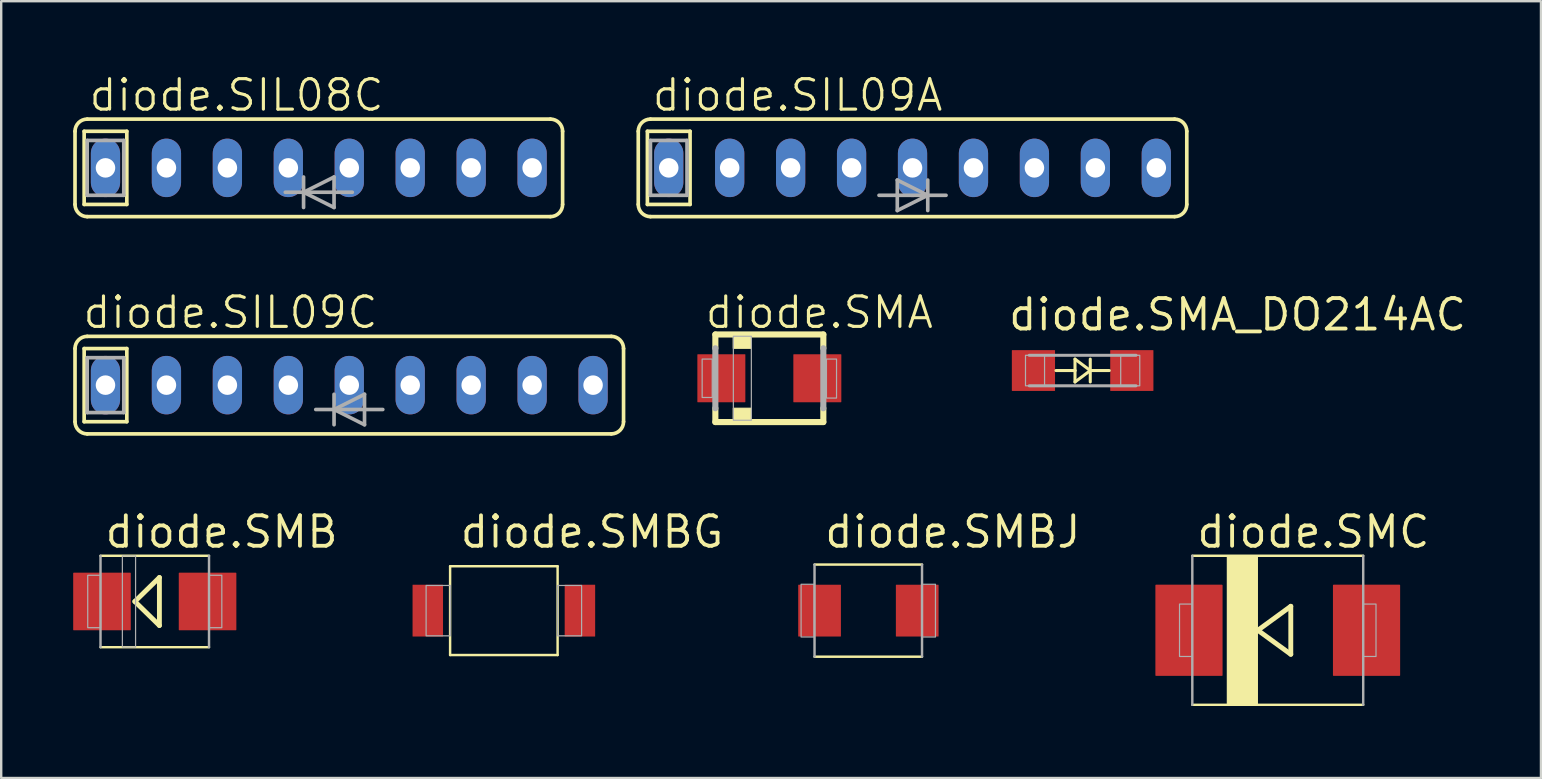
<source format=kicad_pcb>
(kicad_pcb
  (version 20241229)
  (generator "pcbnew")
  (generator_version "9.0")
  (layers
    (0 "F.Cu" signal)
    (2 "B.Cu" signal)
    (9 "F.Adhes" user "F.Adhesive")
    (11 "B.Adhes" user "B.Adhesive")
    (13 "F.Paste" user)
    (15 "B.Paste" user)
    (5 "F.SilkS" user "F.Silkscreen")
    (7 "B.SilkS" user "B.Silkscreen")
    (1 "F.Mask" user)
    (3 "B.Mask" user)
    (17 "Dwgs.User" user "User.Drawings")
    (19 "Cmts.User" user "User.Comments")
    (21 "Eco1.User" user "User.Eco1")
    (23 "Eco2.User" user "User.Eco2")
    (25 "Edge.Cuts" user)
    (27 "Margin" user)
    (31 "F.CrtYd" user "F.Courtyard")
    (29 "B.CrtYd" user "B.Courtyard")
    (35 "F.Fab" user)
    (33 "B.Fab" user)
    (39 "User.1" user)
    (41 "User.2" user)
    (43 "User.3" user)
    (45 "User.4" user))
  (footprint "diode.SMB"
    (layer "F.Cu")
    (at 3.4 22.017)
    (property "Reference" "diode.SMB" (at -2.159 -2.159 0) (layer "F.SilkS") (effects (font (size 1.27 1.27) (thickness 0.16)) (justify left bottom)))
    (attr smd)
    (fp_line (start -2.261 -1.905) (end 2.261 -1.905) (stroke (width 0.102) (type default)) (layer "F.SilkS"))
    (fp_line (start -2.261 1.905) (end 2.261 1.905) (stroke (width 0.102) (type default)) (layer "F.SilkS"))
    (fp_line (start -0.83 0) (end 0.193 1) (stroke (width 0.203) (type default)) (layer "F.SilkS"))
    (fp_line (start 0.193 -1) (end -0.83 0) (stroke (width 0.203) (type default)) (layer "F.SilkS"))
    (fp_line (start 0.193 1) (end 0.193 -1) (stroke (width 0.203) (type default)) (layer "F.SilkS"))
    (fp_line (start -2.261 1.905) (end -2.261 -1.905) (stroke (width 0.102) (type default)) (layer "F.Fab"))
    (fp_line (start 2.261 1.905) (end 2.261 -1.905) (stroke (width 0.102) (type default)) (layer "F.Fab"))
    (fp_rect (start -2.794 1.092) (end -2.261 -1.092) (stroke (width 0.05) (type default)) (fill no) (layer "F.Fab"))
    (fp_rect (start -1.35 1.9) (end -0.8 -1.9) (stroke (width 0.05) (type default)) (fill no) (layer "F.Fab"))
    (fp_rect (start 2.261 1.092) (end 2.794 -1.092) (stroke (width 0.05) (type default)) (fill no) (layer "F.Fab"))
    (pad "A" smd roundrect (at 2.2 0) (size 2.4 2.4) (layers "F.Cu" "F.Mask" "F.Paste") (roundrect_rratio 0.01))
    (pad "C" smd roundrect (at -2.2 0) (size 2.4 2.4) (layers "F.Cu" "F.Mask" "F.Paste") (roundrect_rratio 0.01)))
  (footprint "diode.SMA"
    (layer "F.Cu")
    (at 29.012 12.714)
    (property "Reference" "diode.SMA" (at -2.75 -2 0) (layer "F.SilkS") (effects (font (size 1.27 1.27) (thickness 0.13)) (justify left bottom)))
    (attr smd)
    (fp_line (start -2.25 -1.825) (end -2.25 -1.25) (stroke (width 0.254) (type default)) (layer "F.SilkS"))
    (fp_line (start -2.25 -1.825) (end 2.25 -1.825) (stroke (width 0.254) (type default)) (layer "F.SilkS"))
    (fp_line (start -2.25 1.825) (end -2.25 1.25) (stroke (width 0.254) (type default)) (layer "F.SilkS"))
    (fp_line (start 2.25 -1.825) (end 2.25 -1.25) (stroke (width 0.254) (type default)) (layer "F.SilkS"))
    (fp_line (start 2.25 1.825) (end -2.25 1.825) (stroke (width 0.254) (type default)) (layer "F.SilkS"))
    (fp_rect (start -1.5 -1.25) (end -0.75 -1.75) (stroke (width 0.05) (type default)) (fill yes) (layer "F.SilkS"))
    (fp_rect (start -1.5 1.75) (end -0.75 1.25) (stroke (width 0.05) (type default)) (fill yes) (layer "F.SilkS"))
    (fp_arc (start 2.25 1.825) (mid 2.247611 1.5375) (end 2.25 1.25) (stroke (width 0.254) (type default)) (layer "F.SilkS"))
    (fp_line (start -2.25 1.25) (end -2.25 -1.25) (stroke (width 0.254) (type default)) (layer "F.Fab"))
    (fp_line (start 2.25 -1.25) (end 2.25 1.25) (stroke (width 0.254) (type default)) (layer "F.Fab"))
    (fp_rect (start -2.8 0.8) (end -2.38 -0.8) (stroke (width 0.05) (type default)) (fill no) (layer "F.Fab"))
    (fp_rect (start -1.5 1.75) (end -0.75 -1.75) (stroke (width 0.05) (type default)) (fill no) (layer "F.Fab"))
    (fp_rect (start 2.38 0.825) (end 2.8 -0.8) (stroke (width 0.05) (type default)) (fill no) (layer "F.Fab"))
    (pad "A" smd roundrect (at 2 0) (size 2 2) (layers "F.Cu" "F.Mask" "F.Paste") (roundrect_rratio 0.01))
    (pad "C" smd roundrect (at -2 0) (size 2 2) (layers "F.Cu" "F.Mask" "F.Paste") (roundrect_rratio 0.01)))
  (footprint "diode.SIL09A"
    (layer "F.Cu")
    (at 34.979 3.946)
    (property "Reference" "diode.SIL09A" (at -10.922 -2.286 0) (layer "F.SilkS") (effects (font (size 1.27 1.27) (thickness 0.13)) (justify left bottom)))
    (attr through_hole)
    (fp_line (start -11.43 1.524) (end -11.43 -1.524) (stroke (width 0.152) (type default)) (layer "F.SilkS"))
    (fp_line (start -11.049 -1.524) (end -9.271 -1.524) (stroke (width 0.152) (type default)) (layer "F.SilkS"))
    (fp_line (start -11.049 1.524) (end -11.049 -1.524) (stroke (width 0.152) (type default)) (layer "F.SilkS"))
    (fp_line (start -10.922 2.032) (end 10.922 2.032) (stroke (width 0.152) (type default)) (layer "F.SilkS"))
    (fp_line (start -9.271 -1.524) (end -9.271 1.524) (stroke (width 0.152) (type default)) (layer "F.SilkS"))
    (fp_line (start -9.271 1.524) (end -11.049 1.524) (stroke (width 0.152) (type default)) (layer "F.SilkS"))
    (fp_line (start 10.922 -2.032) (end -10.922 -2.032) (stroke (width 0.152) (type default)) (layer "F.SilkS"))
    (fp_line (start 11.43 -1.524) (end 11.43 1.524) (stroke (width 0.152) (type default)) (layer "F.SilkS"))
    (fp_arc (start -11.43 -1.524) (mid -11.28121 -1.88321) (end -10.922 -2.032) (stroke (width 0.1524) (type default)) (layer "F.SilkS"))
    (fp_arc (start -10.922 2.032) (mid -11.28121 1.88321) (end -11.43 1.524) (stroke (width 0.1524) (type default)) (layer "F.SilkS"))
    (fp_arc (start 10.922 -2.032) (mid 11.28121 -1.88321) (end 11.43 -1.524) (stroke (width 0.1524) (type default)) (layer "F.SilkS"))
    (fp_arc (start 11.43 1.524) (mid 11.28121 1.88321) (end 10.922 2.032) (stroke (width 0.1524) (type default)) (layer "F.SilkS"))
    (fp_line (start -10.922 -1.143) (end -9.398 -1.143) (stroke (width 0.152) (type default)) (layer "F.Fab"))
    (fp_line (start -10.922 1.143) (end -10.922 -1.143) (stroke (width 0.152) (type default)) (layer "F.Fab"))
    (fp_line (start -9.398 -1.143) (end -9.398 1.143) (stroke (width 0.152) (type default)) (layer "F.Fab"))
    (fp_line (start -9.398 1.143) (end -10.922 1.143) (stroke (width 0.152) (type default)) (layer "F.Fab"))
    (fp_line (start -1.397 1.143) (end -0.635 1.143) (stroke (width 0.152) (type default)) (layer "F.Fab"))
    (fp_line (start -0.635 0.508) (end 0.635 1.143) (stroke (width 0.152) (type default)) (layer "F.Fab"))
    (fp_line (start -0.635 1.143) (end -0.635 0.508) (stroke (width 0.152) (type default)) (layer "F.Fab"))
    (fp_line (start -0.635 1.143) (end 0.635 1.143) (stroke (width 0.152) (type default)) (layer "F.Fab"))
    (fp_line (start -0.635 1.778) (end -0.635 1.143) (stroke (width 0.152) (type default)) (layer "F.Fab"))
    (fp_line (start 0.635 0.508) (end 0.635 1.143) (stroke (width 0.152) (type default)) (layer "F.Fab"))
    (fp_line (start 0.635 1.143) (end -0.635 1.778) (stroke (width 0.152) (type default)) (layer "F.Fab"))
    (fp_line (start 0.635 1.143) (end 0.635 1.778) (stroke (width 0.152) (type default)) (layer "F.Fab"))
    (fp_line (start 1.397 1.143) (end 0.635 1.143) (stroke (width 0.152) (type default)) (layer "F.Fab"))
    (pad "1" thru_hole oval (at -10.16 0 90) (size 2.438 1.219) (drill 0.813) (layers "*.Cu" "*.Mask"))
    (pad "2" thru_hole oval (at -7.62 0 90) (size 2.438 1.219) (drill 0.813) (layers "*.Cu" "*.Mask"))
    (pad "3" thru_hole oval (at -5.08 0 90) (size 2.438 1.219) (drill 0.813) (layers "*.Cu" "*.Mask"))
    (pad "4" thru_hole oval (at -2.54 0 90) (size 2.438 1.219) (drill 0.813) (layers "*.Cu" "*.Mask"))
    (pad "5" thru_hole oval (at 0 0 90) (size 2.438 1.219) (drill 0.813) (layers "*.Cu" "*.Mask"))
    (pad "6" thru_hole oval (at 2.54 0 90) (size 2.438 1.219) (drill 0.813) (layers "*.Cu" "*.Mask"))
    (pad "7" thru_hole oval (at 5.08 0 90) (size 2.438 1.219) (drill 0.813) (layers "*.Cu" "*.Mask"))
    (pad "8" thru_hole oval (at 7.62 0 90) (size 2.438 1.219) (drill 0.813) (layers "*.Cu" "*.Mask"))
    (pad "9" thru_hole oval (at 10.16 0 90) (size 2.438 1.219) (drill 0.813) (layers "*.Cu" "*.Mask")))
  (footprint "diode.SIL09C"
    (layer "F.Cu")
    (at 11.506 13)
    (property "Reference" "diode.SIL09C" (at -11.176 -2.286 0) (layer "F.SilkS") (effects (font (size 1.27 1.27) (thickness 0.13)) (justify left bottom)))
    (attr through_hole)
    (fp_line (start -11.43 1.524) (end -11.43 -1.524) (stroke (width 0.152) (type default)) (layer "F.SilkS"))
    (fp_line (start -11.049 -1.524) (end -9.271 -1.524) (stroke (width 0.152) (type default)) (layer "F.SilkS"))
    (fp_line (start -11.049 1.524) (end -11.049 -1.524) (stroke (width 0.152) (type default)) (layer "F.SilkS"))
    (fp_line (start -10.922 2.032) (end 10.922 2.032) (stroke (width 0.152) (type default)) (layer "F.SilkS"))
    (fp_line (start -9.271 -1.524) (end -9.271 1.524) (stroke (width 0.152) (type default)) (layer "F.SilkS"))
    (fp_line (start -9.271 1.524) (end -11.049 1.524) (stroke (width 0.152) (type default)) (layer "F.SilkS"))
    (fp_line (start 10.922 -2.032) (end -10.922 -2.032) (stroke (width 0.152) (type default)) (layer "F.SilkS"))
    (fp_line (start 11.43 -1.524) (end 11.43 1.524) (stroke (width 0.152) (type default)) (layer "F.SilkS"))
    (fp_arc (start -11.43 -1.524) (mid -11.28121 -1.88321) (end -10.922 -2.032) (stroke (width 0.1524) (type default)) (layer "F.SilkS"))
    (fp_arc (start -10.922 2.032) (mid -11.28121 1.88321) (end -11.43 1.524) (stroke (width 0.1524) (type default)) (layer "F.SilkS"))
    (fp_arc (start 10.922 -2.032) (mid 11.28121 -1.88321) (end 11.43 -1.524) (stroke (width 0.1524) (type default)) (layer "F.SilkS"))
    (fp_arc (start 11.43 1.524) (mid 11.28121 1.88321) (end 10.922 2.032) (stroke (width 0.1524) (type default)) (layer "F.SilkS"))
    (fp_line (start -10.922 -1.143) (end -9.398 -1.143) (stroke (width 0.152) (type default)) (layer "F.Fab"))
    (fp_line (start -10.922 1.143) (end -10.922 -1.143) (stroke (width 0.152) (type default)) (layer "F.Fab"))
    (fp_line (start -9.398 -1.143) (end -9.398 1.143) (stroke (width 0.152) (type default)) (layer "F.Fab"))
    (fp_line (start -9.398 1.143) (end -10.922 1.143) (stroke (width 0.152) (type default)) (layer "F.Fab"))
    (fp_line (start -1.397 1.016) (end -0.635 1.016) (stroke (width 0.152) (type default)) (layer "F.Fab"))
    (fp_line (start -0.635 1.016) (end -0.635 0.381) (stroke (width 0.152) (type default)) (layer "F.Fab"))
    (fp_line (start -0.635 1.016) (end 0.635 0.381) (stroke (width 0.152) (type default)) (layer "F.Fab"))
    (fp_line (start -0.635 1.651) (end -0.635 1.016) (stroke (width 0.152) (type default)) (layer "F.Fab"))
    (fp_line (start 0.635 0.381) (end 0.635 1.016) (stroke (width 0.152) (type default)) (layer "F.Fab"))
    (fp_line (start 0.635 1.016) (end -0.635 1.016) (stroke (width 0.152) (type default)) (layer "F.Fab"))
    (fp_line (start 0.635 1.016) (end 0.635 1.651) (stroke (width 0.152) (type default)) (layer "F.Fab"))
    (fp_line (start 0.635 1.651) (end -0.635 1.016) (stroke (width 0.152) (type default)) (layer "F.Fab"))
    (fp_line (start 1.397 1.016) (end 0.635 1.016) (stroke (width 0.152) (type default)) (layer "F.Fab"))
    (pad "1" thru_hole oval (at -10.16 0 90) (size 2.438 1.219) (drill 0.813) (layers "*.Cu" "*.Mask"))
    (pad "2" thru_hole oval (at -7.62 0 90) (size 2.438 1.219) (drill 0.813) (layers "*.Cu" "*.Mask"))
    (pad "3" thru_hole oval (at -5.08 0 90) (size 2.438 1.219) (drill 0.813) (layers "*.Cu" "*.Mask"))
    (pad "4" thru_hole oval (at -2.54 0 90) (size 2.438 1.219) (drill 0.813) (layers "*.Cu" "*.Mask"))
    (pad "5" thru_hole oval (at 0 0 90) (size 2.438 1.219) (drill 0.813) (layers "*.Cu" "*.Mask"))
    (pad "6" thru_hole oval (at 2.54 0 90) (size 2.438 1.219) (drill 0.813) (layers "*.Cu" "*.Mask"))
    (pad "7" thru_hole oval (at 5.08 0 90) (size 2.438 1.219) (drill 0.813) (layers "*.Cu" "*.Mask"))
    (pad "8" thru_hole oval (at 7.62 0 90) (size 2.438 1.219) (drill 0.813) (layers "*.Cu" "*.Mask"))
    (pad "9" thru_hole oval (at 10.16 0 90) (size 2.438 1.219) (drill 0.813) (layers "*.Cu" "*.Mask")))
  (footprint "diode.SIL08C"
    (layer "F.Cu")
    (at 10.236 3.946)
    (property "Reference" "diode.SIL08C" (at -9.652 -2.286 0) (layer "F.SilkS") (effects (font (size 1.27 1.27) (thickness 0.13)) (justify left bottom)))
    (attr through_hole)
    (fp_line (start -10.16 -1.524) (end -10.16 1.524) (stroke (width 0.152) (type default)) (layer "F.SilkS"))
    (fp_line (start -9.779 -1.524) (end -8.001 -1.524) (stroke (width 0.152) (type default)) (layer "F.SilkS"))
    (fp_line (start -9.779 1.524) (end -9.779 -1.524) (stroke (width 0.152) (type default)) (layer "F.SilkS"))
    (fp_line (start -9.652 2.032) (end 9.652 2.032) (stroke (width 0.152) (type default)) (layer "F.SilkS"))
    (fp_line (start -8.001 -1.524) (end -8.001 1.524) (stroke (width 0.152) (type default)) (layer "F.SilkS"))
    (fp_line (start -8.001 1.524) (end -9.779 1.524) (stroke (width 0.152) (type default)) (layer "F.SilkS"))
    (fp_line (start 9.652 -2.032) (end -9.652 -2.032) (stroke (width 0.152) (type default)) (layer "F.SilkS"))
    (fp_line (start 10.16 -1.524) (end 10.16 1.524) (stroke (width 0.152) (type default)) (layer "F.SilkS"))
    (fp_arc (start -10.16 -1.524) (mid -10.01121 -1.88321) (end -9.652 -2.032) (stroke (width 0.1524) (type default)) (layer "F.SilkS"))
    (fp_arc (start -9.652 2.032) (mid -10.01121 1.88321) (end -10.16 1.524) (stroke (width 0.1524) (type default)) (layer "F.SilkS"))
    (fp_arc (start 9.652 -2.032) (mid 10.01121 -1.88321) (end 10.16 -1.524) (stroke (width 0.1524) (type default)) (layer "F.SilkS"))
    (fp_arc (start 10.16 1.524) (mid 10.01121 1.88321) (end 9.652 2.032) (stroke (width 0.1524) (type default)) (layer "F.SilkS"))
    (fp_line (start -9.652 -1.143) (end -8.128 -1.143) (stroke (width 0.152) (type default)) (layer "F.Fab"))
    (fp_line (start -9.652 1.143) (end -9.652 -1.143) (stroke (width 0.152) (type default)) (layer "F.Fab"))
    (fp_line (start -8.128 -1.143) (end -8.128 1.143) (stroke (width 0.152) (type default)) (layer "F.Fab"))
    (fp_line (start -8.128 1.143) (end -9.652 1.143) (stroke (width 0.152) (type default)) (layer "F.Fab"))
    (fp_line (start -1.397 1.016) (end -0.635 1.016) (stroke (width 0.152) (type default)) (layer "F.Fab"))
    (fp_line (start -0.635 1.016) (end -0.635 0.381) (stroke (width 0.152) (type default)) (layer "F.Fab"))
    (fp_line (start -0.635 1.016) (end 0.635 0.381) (stroke (width 0.152) (type default)) (layer "F.Fab"))
    (fp_line (start -0.635 1.651) (end -0.635 1.016) (stroke (width 0.152) (type default)) (layer "F.Fab"))
    (fp_line (start 0.635 0.381) (end 0.635 1.016) (stroke (width 0.152) (type default)) (layer "F.Fab"))
    (fp_line (start 0.635 1.016) (end -0.635 1.016) (stroke (width 0.152) (type default)) (layer "F.Fab"))
    (fp_line (start 0.635 1.016) (end 0.635 1.651) (stroke (width 0.152) (type default)) (layer "F.Fab"))
    (fp_line (start 0.635 1.651) (end -0.635 1.016) (stroke (width 0.152) (type default)) (layer "F.Fab"))
    (fp_line (start 1.397 1.016) (end 0.635 1.016) (stroke (width 0.152) (type default)) (layer "F.Fab"))
    (pad "1" thru_hole oval (at -8.89 0 90) (size 2.438 1.219) (drill 0.813) (layers "*.Cu" "*.Mask"))
    (pad "2" thru_hole oval (at -6.35 0 90) (size 2.438 1.219) (drill 0.813) (layers "*.Cu" "*.Mask"))
    (pad "3" thru_hole oval (at -3.81 0 90) (size 2.438 1.219) (drill 0.813) (layers "*.Cu" "*.Mask"))
    (pad "4" thru_hole oval (at -1.27 0 90) (size 2.438 1.219) (drill 0.813) (layers "*.Cu" "*.Mask"))
    (pad "5" thru_hole oval (at 1.27 0 90) (size 2.438 1.219) (drill 0.813) (layers "*.Cu" "*.Mask"))
    (pad "6" thru_hole oval (at 3.81 0 90) (size 2.438 1.219) (drill 0.813) (layers "*.Cu" "*.Mask"))
    (pad "7" thru_hole oval (at 6.35 0 90) (size 2.438 1.219) (drill 0.813) (layers "*.Cu" "*.Mask"))
    (pad "8" thru_hole oval (at 8.89 0 90) (size 2.438 1.219) (drill 0.813) (layers "*.Cu" "*.Mask")))
  (footprint "diode.SMC"
    (layer "F.Cu")
    (at 50.2 23.217)
    (property "Reference" "diode.SMC" (at -3.459 -3.359 0) (layer "F.SilkS") (effects (font (size 1.27 1.27) (thickness 0.16)) (justify left bottom)))
    (attr smd)
    (fp_line (start -3.561 -3.105) (end 3.561 -3.105) (stroke (width 0.102) (type default)) (layer "F.SilkS"))
    (fp_line (start -3.561 3.105) (end 3.561 3.105) (stroke (width 0.102) (type default)) (layer "F.SilkS"))
    (fp_line (start -0.83 0) (end 0.543 1) (stroke (width 0.203) (type default)) (layer "F.SilkS"))
    (fp_line (start 0.543 -1) (end -0.83 0) (stroke (width 0.203) (type default)) (layer "F.SilkS"))
    (fp_line (start 0.543 1) (end 0.543 -1) (stroke (width 0.203) (type default)) (layer "F.SilkS"))
    (fp_rect (start -2.1 3.1) (end -0.85 -3.1) (stroke (width 0.05) (type default)) (fill yes) (layer "F.SilkS"))
    (fp_line (start -3.561 3.105) (end -3.561 -3.105) (stroke (width 0.102) (type default)) (layer "F.Fab"))
    (fp_line (start 3.561 3.105) (end 3.561 -3.105) (stroke (width 0.102) (type default)) (layer "F.Fab"))
    (fp_rect (start -4.094 1.092) (end -3.561 -1.092) (stroke (width 0.05) (type default)) (fill no) (layer "F.Fab"))
    (fp_rect (start 3.561 1.092) (end 4.094 -1.092) (stroke (width 0.05) (type default)) (fill no) (layer "F.Fab"))
    (pad "A" smd roundrect (at 3.7 0) (size 2.8 3.8) (layers "F.Cu" "F.Mask" "F.Paste") (roundrect_rratio 0.01))
    (pad "C" smd roundrect (at -3.7 0) (size 2.8 3.8) (layers "F.Cu" "F.Mask" "F.Paste") (roundrect_rratio 0.01)))
  (footprint "diode.SMBJ"
    (layer "F.Cu")
    (at 33.135 22.398)
    (property "Reference" "diode.SMBJ" (at -1.905 -2.54 0) (layer "F.SilkS") (effects (font (size 1.27 1.27) (thickness 0.16)) (justify left bottom)))
    (attr smd)
    (fp_line (start -2.24 -1.92) (end 2.24 -1.92) (stroke (width 0.102) (type default)) (layer "F.SilkS"))
    (fp_line (start 2.24 1.92) (end -2.24 1.92) (stroke (width 0.102) (type default)) (layer "F.SilkS"))
    (fp_line (start -2.24 1.92) (end -2.24 -1.92) (stroke (width 0.102) (type default)) (layer "F.Fab"))
    (fp_line (start 2.24 -1.92) (end 2.24 1.92) (stroke (width 0.102) (type default)) (layer "F.Fab"))
    (fp_rect (start -2.8 1.1) (end -2.25 -1.1) (stroke (width 0.05) (type default)) (fill no) (layer "F.Fab"))
    (fp_rect (start 2.25 1.1) (end 2.8 -1.1) (stroke (width 0.05) (type default)) (fill no) (layer "F.Fab"))
    (pad "A" smd roundrect (at 2.04 0 180) (size 1.78 2.16) (layers "F.Cu" "F.Mask" "F.Paste") (roundrect_rratio 0.01))
    (pad "C" smd roundrect (at -2.03 0) (size 1.78 2.16) (layers "F.Cu" "F.Mask" "F.Paste") (roundrect_rratio 0.01)))
  (footprint "diode.SMBG"
    (layer "F.Cu")
    (at 17.948 22.398)
    (property "Reference" "diode.SMBG" (at -1.905 -2.54 0) (layer "F.SilkS") (effects (font (size 1.27 1.27) (thickness 0.16)) (justify left bottom)))
    (attr smd)
    (fp_line (start -2.24 -1.85) (end 2.24 -1.85) (stroke (width 0.102) (type default)) (layer "F.SilkS"))
    (fp_line (start -2.24 1.85) (end -2.24 -1.85) (stroke (width 0.102) (type default)) (layer "F.SilkS"))
    (fp_line (start 2.24 -1.85) (end 2.24 1.85) (stroke (width 0.102) (type default)) (layer "F.SilkS"))
    (fp_line (start 2.24 1.85) (end -2.24 1.85) (stroke (width 0.102) (type default)) (layer "F.SilkS"))
    (fp_rect (start -3.24 1.05) (end -2.23 -1.05) (stroke (width 0.05) (type default)) (fill no) (layer "F.Fab"))
    (fp_rect (start 2.24 1.05) (end 3.24 -1.05) (stroke (width 0.05) (type default)) (fill no) (layer "F.Fab"))
    (pad "A" smd roundrect (at 3.17 0 180) (size 1.27 2.16) (layers "F.Cu" "F.Mask" "F.Paste") (roundrect_rratio 0.01))
    (pad "C" smd roundrect (at -3.17 0) (size 1.27 2.16) (layers "F.Cu" "F.Mask" "F.Paste") (roundrect_rratio 0.01)))
  (footprint "diode.SMA_DO214AC"
    (layer "F.Cu")
    (at 42.068 12.392)
    (property "Reference" "diode.SMA_DO214AC" (at -3.175 -1.587 0) (layer "F.SilkS") (effects (font (size 1.27 1.27) (thickness 0.16)) (justify left bottom)))
    (attr smd)
    (fp_line (start -0.318 -0.476) (end -0.318 0) (stroke (width 0.127) (type default)) (layer "F.SilkS"))
    (fp_line (start -0.318 0) (end -1.111 0) (stroke (width 0.127) (type default)) (layer "F.SilkS"))
    (fp_line (start -0.318 0) (end -0.318 0.476) (stroke (width 0.127) (type default)) (layer "F.SilkS"))
    (fp_line (start -0.318 0.476) (end 0.318 0) (stroke (width 0.127) (type default)) (layer "F.SilkS"))
    (fp_line (start 0.318 0) (end -0.318 -0.476) (stroke (width 0.127) (type default)) (layer "F.SilkS"))
    (fp_line (start 0.318 0) (end 0.318 -0.476) (stroke (width 0.127) (type default)) (layer "F.SilkS"))
    (fp_line (start 0.318 0) (end 0.318 0.476) (stroke (width 0.127) (type default)) (layer "F.SilkS"))
    (fp_line (start 0.318 0) (end 1.111 0) (stroke (width 0.127) (type default)) (layer "F.SilkS"))
    (fp_line (start -2.223 -0.635) (end 2.223 -0.635) (stroke (width 0.127) (type default)) (layer "F.Fab"))
    (fp_line (start -2.223 0.635) (end 2.223 0.635) (stroke (width 0.127) (type default)) (layer "F.Fab"))
    (fp_rect (start -2.381 0.635) (end -1.587 -0.635) (stroke (width 0.05) (type default)) (fill no) (layer "F.Fab"))
    (fp_rect (start 1.587 0.635) (end 2.381 -0.635) (stroke (width 0.05) (type default)) (fill no) (layer "F.Fab"))
    (pad "A" smd roundrect (at -2.05 0) (size 1.8 1.7) (layers "F.Cu" "F.Mask" "F.Paste") (roundrect_rratio 0.01))
    (pad "K" smd roundrect (at 2.05 0) (size 1.8 1.7) (layers "F.Cu" "F.Mask" "F.Paste") (roundrect_rratio 0.01)))
  (gr_rect
    (start -3 -3)
    (end 61.169 29.373)
    (stroke (width 0.1) (type default))
    (fill no)
    (layer "Edge.Cuts")))
</source>
